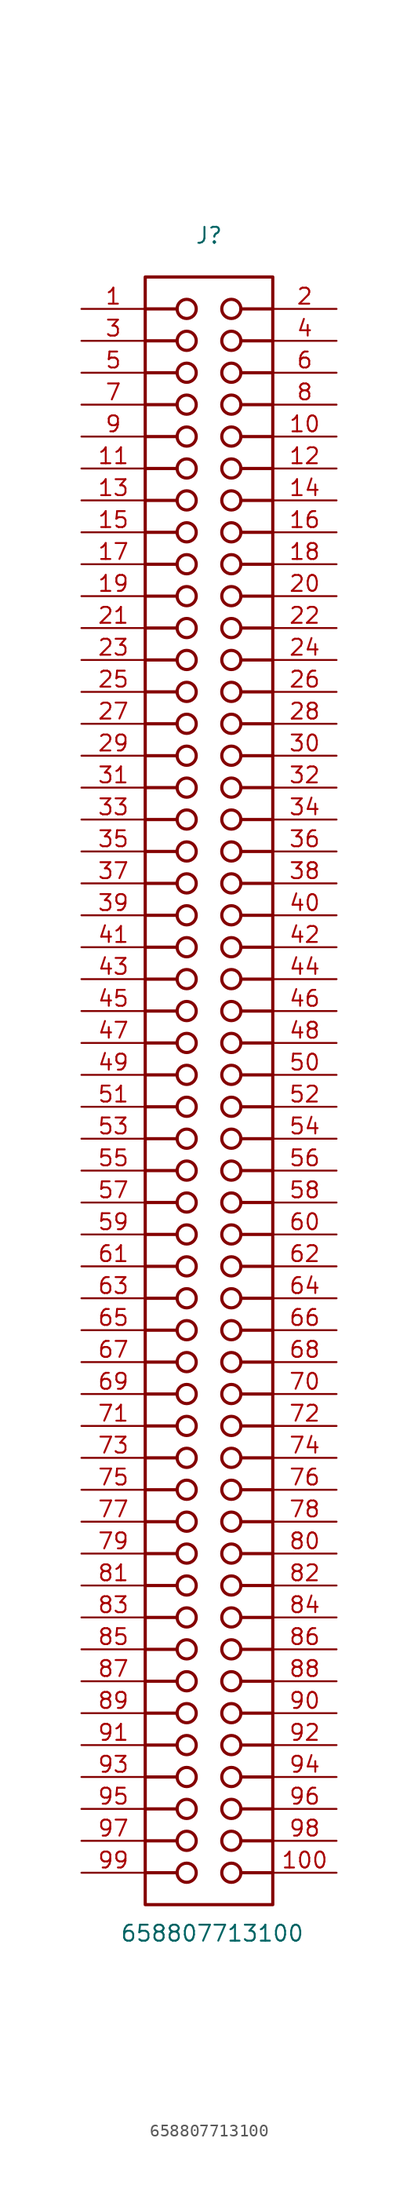
<source format=kicad_sym>
(kicad_symbol_lib
  (version 20241209)
  (generator "kicad_symbol_editor")
  (generator_version "9.0")
  (symbol "658807713100"
    (pin_names
      (hide yes))
    (property "Reference" "J"
      (at 0 66.802 0)
      (effects (font (size 1.27 1.27))))
    (property "Value" "658807713100"
      (at 0.254 -68.326 0)
      (effects (font (size 1.27 1.27))))
    (symbol "658807713100_1_1"
      (rectangle (start -5.08 63.5) (end 5.08 -66.04) (stroke (width 0.254) (type solid)) (fill (type none)))
      (polyline (pts (xy -5.08 60.96) (xy -2.54 60.96)) (stroke (width 0.254) (type solid)) (fill (type none)))
      (polyline (pts (xy -5.08 58.42) (xy -2.54 58.42)) (stroke (width 0.254) (type solid)) (fill (type none)))
      (polyline (pts (xy -5.08 55.88) (xy -2.54 55.88)) (stroke (width 0.254) (type solid)) (fill (type none)))
      (polyline (pts (xy -5.08 53.34) (xy -2.54 53.34)) (stroke (width 0.254) (type solid)) (fill (type none)))
      (polyline (pts (xy -5.08 50.8) (xy -2.54 50.8)) (stroke (width 0.254) (type solid)) (fill (type none)))
      (polyline (pts (xy -5.08 48.26) (xy -2.54 48.26)) (stroke (width 0.254) (type solid)) (fill (type none)))
      (polyline (pts (xy -5.08 45.72) (xy -2.54 45.72)) (stroke (width 0.254) (type solid)) (fill (type none)))
      (polyline (pts (xy -5.08 43.18) (xy -2.54 43.18)) (stroke (width 0.254) (type solid)) (fill (type none)))
      (polyline (pts (xy -5.08 40.64) (xy -2.54 40.64)) (stroke (width 0.254) (type solid)) (fill (type none)))
      (polyline (pts (xy -5.08 38.1) (xy -2.54 38.1)) (stroke (width 0.254) (type solid)) (fill (type none)))
      (polyline (pts (xy -5.08 35.56) (xy -2.54 35.56)) (stroke (width 0.254) (type solid)) (fill (type none)))
      (polyline (pts (xy -5.08 33.02) (xy -2.54 33.02)) (stroke (width 0.254) (type solid)) (fill (type none)))
      (polyline (pts (xy -5.08 30.48) (xy -2.54 30.48)) (stroke (width 0.254) (type solid)) (fill (type none)))
      (polyline (pts (xy -5.08 27.94) (xy -2.54 27.94)) (stroke (width 0.254) (type solid)) (fill (type none)))
      (polyline (pts (xy -5.08 25.4) (xy -2.54 25.4)) (stroke (width 0.254) (type solid)) (fill (type none)))
      (polyline (pts (xy -5.08 22.86) (xy -2.54 22.86)) (stroke (width 0.254) (type solid)) (fill (type none)))
      (polyline (pts (xy -5.08 20.32) (xy -2.54 20.32)) (stroke (width 0.254) (type solid)) (fill (type none)))
      (polyline (pts (xy -5.08 17.78) (xy -2.54 17.78)) (stroke (width 0.254) (type solid)) (fill (type none)))
      (polyline (pts (xy -5.08 15.24) (xy -2.54 15.24)) (stroke (width 0.254) (type solid)) (fill (type none)))
      (polyline (pts (xy -5.08 12.7) (xy -2.54 12.7)) (stroke (width 0.254) (type solid)) (fill (type none)))
      (polyline (pts (xy -5.08 10.16) (xy -2.54 10.16)) (stroke (width 0.254) (type solid)) (fill (type none)))
      (polyline (pts (xy -5.08 7.62) (xy -2.54 7.62)) (stroke (width 0.254) (type solid)) (fill (type none)))
      (polyline (pts (xy -5.08 5.08) (xy -2.54 5.08)) (stroke (width 0.254) (type solid)) (fill (type none)))
      (polyline (pts (xy -5.08 2.54) (xy -2.54 2.54)) (stroke (width 0.254) (type solid)) (fill (type none)))
      (polyline (pts (xy -5.08 0) (xy -2.54 0)) (stroke (width 0.254) (type solid)) (fill (type none)))
      (polyline (pts (xy -5.08 -2.54) (xy -2.54 -2.54)) (stroke (width 0.254) (type solid)) (fill (type none)))
      (polyline (pts (xy -5.08 -5.08) (xy -2.54 -5.08)) (stroke (width 0.254) (type solid)) (fill (type none)))
      (polyline (pts (xy -5.08 -7.62) (xy -2.54 -7.62)) (stroke (width 0.254) (type solid)) (fill (type none)))
      (polyline (pts (xy -5.08 -10.16) (xy -2.54 -10.16)) (stroke (width 0.254) (type solid)) (fill (type none)))
      (polyline (pts (xy -5.08 -12.7) (xy -2.54 -12.7)) (stroke (width 0.254) (type solid)) (fill (type none)))
      (polyline (pts (xy -5.08 -15.24) (xy -2.54 -15.24)) (stroke (width 0.254) (type solid)) (fill (type none)))
      (polyline (pts (xy -5.08 -17.78) (xy -2.54 -17.78)) (stroke (width 0.254) (type solid)) (fill (type none)))
      (polyline (pts (xy -5.08 -20.32) (xy -2.54 -20.32)) (stroke (width 0.254) (type solid)) (fill (type none)))
      (polyline (pts (xy -5.08 -22.86) (xy -2.54 -22.86)) (stroke (width 0.254) (type solid)) (fill (type none)))
      (polyline (pts (xy -5.08 -25.4) (xy -2.54 -25.4)) (stroke (width 0.254) (type solid)) (fill (type none)))
      (polyline (pts (xy -5.08 -27.94) (xy -2.54 -27.94)) (stroke (width 0.254) (type solid)) (fill (type none)))
      (polyline (pts (xy -5.08 -30.48) (xy -2.54 -30.48)) (stroke (width 0.254) (type solid)) (fill (type none)))
      (polyline (pts (xy -5.08 -33.02) (xy -2.54 -33.02)) (stroke (width 0.254) (type solid)) (fill (type none)))
      (polyline (pts (xy -5.08 -35.56) (xy -2.54 -35.56)) (stroke (width 0.254) (type solid)) (fill (type none)))
      (polyline (pts (xy -5.08 -38.1) (xy -2.54 -38.1)) (stroke (width 0.254) (type solid)) (fill (type none)))
      (polyline (pts (xy -5.08 -40.64) (xy -2.54 -40.64)) (stroke (width 0.254) (type solid)) (fill (type none)))
      (polyline (pts (xy -5.08 -43.18) (xy -2.54 -43.18)) (stroke (width 0.254) (type solid)) (fill (type none)))
      (polyline (pts (xy -5.08 -45.72) (xy -2.54 -45.72)) (stroke (width 0.254) (type solid)) (fill (type none)))
      (polyline (pts (xy -5.08 -48.26) (xy -2.54 -48.26)) (stroke (width 0.254) (type solid)) (fill (type none)))
      (polyline (pts (xy -5.08 -50.8) (xy -2.54 -50.8)) (stroke (width 0.254) (type solid)) (fill (type none)))
      (polyline (pts (xy -5.08 -53.34) (xy -2.54 -53.34)) (stroke (width 0.254) (type solid)) (fill (type none)))
      (polyline (pts (xy -5.08 -55.88) (xy -2.54 -55.88)) (stroke (width 0.254) (type solid)) (fill (type none)))
      (polyline (pts (xy -5.08 -58.42) (xy -2.54 -58.42)) (stroke (width 0.254) (type solid)) (fill (type none)))
      (polyline (pts (xy -5.08 -60.96) (xy -2.54 -60.96)) (stroke (width 0.254) (type solid)) (fill (type none)))
      (polyline (pts (xy -5.08 -63.5) (xy -2.54 -63.5)) (stroke (width 0.254) (type solid)) (fill (type none)))
      (circle (center -1.778 60.96) (radius 0.762) (stroke (width 0.254) (type solid)) (fill (type none)))
      (circle (center -1.778 58.42) (radius 0.762) (stroke (width 0.254) (type solid)) (fill (type none)))
      (circle (center -1.778 55.88) (radius 0.762) (stroke (width 0.254) (type solid)) (fill (type none)))
      (circle (center -1.778 53.34) (radius 0.762) (stroke (width 0.254) (type solid)) (fill (type none)))
      (circle (center -1.778 50.8) (radius 0.762) (stroke (width 0.254) (type solid)) (fill (type none)))
      (circle (center -1.778 48.26) (radius 0.762) (stroke (width 0.254) (type solid)) (fill (type none)))
      (circle (center -1.778 45.72) (radius 0.762) (stroke (width 0.254) (type solid)) (fill (type none)))
      (circle (center -1.778 43.18) (radius 0.762) (stroke (width 0.254) (type solid)) (fill (type none)))
      (circle (center -1.778 40.64) (radius 0.762) (stroke (width 0.254) (type solid)) (fill (type none)))
      (circle (center -1.778 38.1) (radius 0.762) (stroke (width 0.254) (type solid)) (fill (type none)))
      (circle (center -1.778 35.56) (radius 0.762) (stroke (width 0.254) (type solid)) (fill (type none)))
      (circle (center -1.778 33.02) (radius 0.762) (stroke (width 0.254) (type solid)) (fill (type none)))
      (circle (center -1.778 30.48) (radius 0.762) (stroke (width 0.254) (type solid)) (fill (type none)))
      (circle (center -1.778 27.94) (radius 0.762) (stroke (width 0.254) (type solid)) (fill (type none)))
      (circle (center -1.778 25.4) (radius 0.762) (stroke (width 0.254) (type solid)) (fill (type none)))
      (circle (center -1.778 22.86) (radius 0.762) (stroke (width 0.254) (type solid)) (fill (type none)))
      (circle (center -1.778 20.32) (radius 0.762) (stroke (width 0.254) (type solid)) (fill (type none)))
      (circle (center -1.778 17.78) (radius 0.762) (stroke (width 0.254) (type solid)) (fill (type none)))
      (circle (center -1.778 15.24) (radius 0.762) (stroke (width 0.254) (type solid)) (fill (type none)))
      (circle (center -1.778 12.7) (radius 0.762) (stroke (width 0.254) (type solid)) (fill (type none)))
      (circle (center -1.778 10.16) (radius 0.762) (stroke (width 0.254) (type solid)) (fill (type none)))
      (circle (center -1.778 7.62) (radius 0.762) (stroke (width 0.254) (type solid)) (fill (type none)))
      (circle (center -1.778 5.08) (radius 0.762) (stroke (width 0.254) (type solid)) (fill (type none)))
      (circle (center -1.778 2.54) (radius 0.762) (stroke (width 0.254) (type solid)) (fill (type none)))
      (circle (center -1.778 0) (radius 0.762) (stroke (width 0.254) (type solid)) (fill (type none)))
      (circle (center -1.778 -2.54) (radius 0.762) (stroke (width 0.254) (type solid)) (fill (type none)))
      (circle (center -1.778 -5.08) (radius 0.762) (stroke (width 0.254) (type solid)) (fill (type none)))
      (circle (center -1.778 -7.62) (radius 0.762) (stroke (width 0.254) (type solid)) (fill (type none)))
      (circle (center -1.778 -10.16) (radius 0.762) (stroke (width 0.254) (type solid)) (fill (type none)))
      (circle (center -1.778 -12.7) (radius 0.762) (stroke (width 0.254) (type solid)) (fill (type none)))
      (circle (center -1.778 -15.24) (radius 0.762) (stroke (width 0.254) (type solid)) (fill (type none)))
      (circle (center -1.778 -17.78) (radius 0.762) (stroke (width 0.254) (type solid)) (fill (type none)))
      (circle (center -1.778 -20.32) (radius 0.762) (stroke (width 0.254) (type solid)) (fill (type none)))
      (circle (center -1.778 -22.86) (radius 0.762) (stroke (width 0.254) (type solid)) (fill (type none)))
      (circle (center -1.778 -25.4) (radius 0.762) (stroke (width 0.254) (type solid)) (fill (type none)))
      (circle (center -1.778 -27.94) (radius 0.762) (stroke (width 0.254) (type solid)) (fill (type none)))
      (circle (center -1.778 -30.48) (radius 0.762) (stroke (width 0.254) (type solid)) (fill (type none)))
      (circle (center -1.778 -33.02) (radius 0.762) (stroke (width 0.254) (type solid)) (fill (type none)))
      (circle (center -1.778 -35.56) (radius 0.762) (stroke (width 0.254) (type solid)) (fill (type none)))
      (circle (center -1.778 -38.1) (radius 0.762) (stroke (width 0.254) (type solid)) (fill (type none)))
      (circle (center -1.778 -40.64) (radius 0.762) (stroke (width 0.254) (type solid)) (fill (type none)))
      (circle (center -1.778 -43.18) (radius 0.762) (stroke (width 0.254) (type solid)) (fill (type none)))
      (circle (center -1.778 -45.72) (radius 0.762) (stroke (width 0.254) (type solid)) (fill (type none)))
      (circle (center -1.778 -48.26) (radius 0.762) (stroke (width 0.254) (type solid)) (fill (type none)))
      (circle (center -1.778 -50.8) (radius 0.762) (stroke (width 0.254) (type solid)) (fill (type none)))
      (circle (center -1.778 -53.34) (radius 0.762) (stroke (width 0.254) (type solid)) (fill (type none)))
      (circle (center -1.778 -55.88) (radius 0.762) (stroke (width 0.254) (type solid)) (fill (type none)))
      (circle (center -1.778 -58.42) (radius 0.762) (stroke (width 0.254) (type solid)) (fill (type none)))
      (circle (center -1.778 -60.96) (radius 0.762) (stroke (width 0.254) (type solid)) (fill (type none)))
      (circle (center -1.778 -63.5) (radius 0.762) (stroke (width 0.254) (type solid)) (fill (type none)))
      (circle (center 1.778 60.96) (radius 0.762) (stroke (width 0.254) (type solid)) (fill (type none)))
      (circle (center 1.778 58.42) (radius 0.762) (stroke (width 0.254) (type solid)) (fill (type none)))
      (circle (center 1.778 55.88) (radius 0.762) (stroke (width 0.254) (type solid)) (fill (type none)))
      (circle (center 1.778 53.34) (radius 0.762) (stroke (width 0.254) (type solid)) (fill (type none)))
      (circle (center 1.778 50.8) (radius 0.762) (stroke (width 0.254) (type solid)) (fill (type none)))
      (circle (center 1.778 48.26) (radius 0.762) (stroke (width 0.254) (type solid)) (fill (type none)))
      (circle (center 1.778 45.72) (radius 0.762) (stroke (width 0.254) (type solid)) (fill (type none)))
      (circle (center 1.778 43.18) (radius 0.762) (stroke (width 0.254) (type solid)) (fill (type none)))
      (circle (center 1.778 40.64) (radius 0.762) (stroke (width 0.254) (type solid)) (fill (type none)))
      (circle (center 1.778 38.1) (radius 0.762) (stroke (width 0.254) (type solid)) (fill (type none)))
      (circle (center 1.778 35.56) (radius 0.762) (stroke (width 0.254) (type solid)) (fill (type none)))
      (circle (center 1.778 33.02) (radius 0.762) (stroke (width 0.254) (type solid)) (fill (type none)))
      (circle (center 1.778 30.48) (radius 0.762) (stroke (width 0.254) (type solid)) (fill (type none)))
      (circle (center 1.778 27.94) (radius 0.762) (stroke (width 0.254) (type solid)) (fill (type none)))
      (circle (center 1.778 25.4) (radius 0.762) (stroke (width 0.254) (type solid)) (fill (type none)))
      (circle (center 1.778 22.86) (radius 0.762) (stroke (width 0.254) (type solid)) (fill (type none)))
      (circle (center 1.778 20.32) (radius 0.762) (stroke (width 0.254) (type solid)) (fill (type none)))
      (circle (center 1.778 17.78) (radius 0.762) (stroke (width 0.254) (type solid)) (fill (type none)))
      (circle (center 1.778 15.24) (radius 0.762) (stroke (width 0.254) (type solid)) (fill (type none)))
      (circle (center 1.778 12.7) (radius 0.762) (stroke (width 0.254) (type solid)) (fill (type none)))
      (circle (center 1.778 10.16) (radius 0.762) (stroke (width 0.254) (type solid)) (fill (type none)))
      (circle (center 1.778 7.62) (radius 0.762) (stroke (width 0.254) (type solid)) (fill (type none)))
      (circle (center 1.778 5.08) (radius 0.762) (stroke (width 0.254) (type solid)) (fill (type none)))
      (circle (center 1.778 2.54) (radius 0.762) (stroke (width 0.254) (type solid)) (fill (type none)))
      (circle (center 1.778 0) (radius 0.762) (stroke (width 0.254) (type solid)) (fill (type none)))
      (circle (center 1.778 -2.54) (radius 0.762) (stroke (width 0.254) (type solid)) (fill (type none)))
      (circle (center 1.778 -5.08) (radius 0.762) (stroke (width 0.254) (type solid)) (fill (type none)))
      (circle (center 1.778 -7.62) (radius 0.762) (stroke (width 0.254) (type solid)) (fill (type none)))
      (circle (center 1.778 -10.16) (radius 0.762) (stroke (width 0.254) (type solid)) (fill (type none)))
      (circle (center 1.778 -12.7) (radius 0.762) (stroke (width 0.254) (type solid)) (fill (type none)))
      (circle (center 1.778 -15.24) (radius 0.762) (stroke (width 0.254) (type solid)) (fill (type none)))
      (circle (center 1.778 -17.78) (radius 0.762) (stroke (width 0.254) (type solid)) (fill (type none)))
      (circle (center 1.778 -20.32) (radius 0.762) (stroke (width 0.254) (type solid)) (fill (type none)))
      (circle (center 1.778 -22.86) (radius 0.762) (stroke (width 0.254) (type solid)) (fill (type none)))
      (circle (center 1.778 -25.4) (radius 0.762) (stroke (width 0.254) (type solid)) (fill (type none)))
      (circle (center 1.778 -27.94) (radius 0.762) (stroke (width 0.254) (type solid)) (fill (type none)))
      (circle (center 1.778 -30.48) (radius 0.762) (stroke (width 0.254) (type solid)) (fill (type none)))
      (circle (center 1.778 -33.02) (radius 0.762) (stroke (width 0.254) (type solid)) (fill (type none)))
      (circle (center 1.778 -35.56) (radius 0.762) (stroke (width 0.254) (type solid)) (fill (type none)))
      (circle (center 1.778 -38.1) (radius 0.762) (stroke (width 0.254) (type solid)) (fill (type none)))
      (circle (center 1.778 -40.64) (radius 0.762) (stroke (width 0.254) (type solid)) (fill (type none)))
      (circle (center 1.778 -43.18) (radius 0.762) (stroke (width 0.254) (type solid)) (fill (type none)))
      (circle (center 1.778 -45.72) (radius 0.762) (stroke (width 0.254) (type solid)) (fill (type none)))
      (circle (center 1.778 -48.26) (radius 0.762) (stroke (width 0.254) (type solid)) (fill (type none)))
      (circle (center 1.778 -50.8) (radius 0.762) (stroke (width 0.254) (type solid)) (fill (type none)))
      (circle (center 1.778 -53.34) (radius 0.762) (stroke (width 0.254) (type solid)) (fill (type none)))
      (circle (center 1.778 -55.88) (radius 0.762) (stroke (width 0.254) (type solid)) (fill (type none)))
      (circle (center 1.778 -58.42) (radius 0.762) (stroke (width 0.254) (type solid)) (fill (type none)))
      (circle (center 1.778 -60.96) (radius 0.762) (stroke (width 0.254) (type solid)) (fill (type none)))
      (circle (center 1.778 -63.5) (radius 0.762) (stroke (width 0.254) (type solid)) (fill (type none)))
      (polyline (pts (xy 5.08 60.96) (xy 2.54 60.96)) (stroke (width 0.254) (type solid)) (fill (type none)))
      (polyline (pts (xy 5.08 58.42) (xy 2.54 58.42)) (stroke (width 0.254) (type solid)) (fill (type none)))
      (polyline (pts (xy 5.08 55.88) (xy 2.54 55.88)) (stroke (width 0.254) (type solid)) (fill (type none)))
      (polyline (pts (xy 5.08 53.34) (xy 2.54 53.34)) (stroke (width 0.254) (type solid)) (fill (type none)))
      (polyline (pts (xy 5.08 50.8) (xy 2.54 50.8)) (stroke (width 0.254) (type solid)) (fill (type none)))
      (polyline (pts (xy 5.08 48.26) (xy 2.54 48.26)) (stroke (width 0.254) (type solid)) (fill (type none)))
      (polyline (pts (xy 5.08 45.72) (xy 2.54 45.72)) (stroke (width 0.254) (type solid)) (fill (type none)))
      (polyline (pts (xy 5.08 43.18) (xy 2.54 43.18)) (stroke (width 0.254) (type solid)) (fill (type none)))
      (polyline (pts (xy 5.08 40.64) (xy 2.54 40.64)) (stroke (width 0.254) (type solid)) (fill (type none)))
      (polyline (pts (xy 5.08 38.1) (xy 2.54 38.1)) (stroke (width 0.254) (type solid)) (fill (type none)))
      (polyline (pts (xy 5.08 35.56) (xy 2.54 35.56)) (stroke (width 0.254) (type solid)) (fill (type none)))
      (polyline (pts (xy 5.08 33.02) (xy 2.54 33.02)) (stroke (width 0.254) (type solid)) (fill (type none)))
      (polyline (pts (xy 5.08 30.48) (xy 2.54 30.48)) (stroke (width 0.254) (type solid)) (fill (type none)))
      (polyline (pts (xy 5.08 27.94) (xy 2.54 27.94)) (stroke (width 0.254) (type solid)) (fill (type none)))
      (polyline (pts (xy 5.08 25.4) (xy 2.54 25.4)) (stroke (width 0.254) (type solid)) (fill (type none)))
      (polyline (pts (xy 5.08 22.86) (xy 2.54 22.86)) (stroke (width 0.254) (type solid)) (fill (type none)))
      (polyline (pts (xy 5.08 20.32) (xy 2.54 20.32)) (stroke (width 0.254) (type solid)) (fill (type none)))
      (polyline (pts (xy 5.08 17.78) (xy 2.54 17.78)) (stroke (width 0.254) (type solid)) (fill (type none)))
      (polyline (pts (xy 5.08 15.24) (xy 2.54 15.24)) (stroke (width 0.254) (type solid)) (fill (type none)))
      (polyline (pts (xy 5.08 12.7) (xy 2.54 12.7)) (stroke (width 0.254) (type solid)) (fill (type none)))
      (polyline (pts (xy 5.08 10.16) (xy 2.54 10.16)) (stroke (width 0.254) (type solid)) (fill (type none)))
      (polyline (pts (xy 5.08 7.62) (xy 2.54 7.62)) (stroke (width 0.254) (type solid)) (fill (type none)))
      (polyline (pts (xy 5.08 5.08) (xy 2.54 5.08)) (stroke (width 0.254) (type solid)) (fill (type none)))
      (polyline (pts (xy 5.08 2.54) (xy 2.54 2.54)) (stroke (width 0.254) (type solid)) (fill (type none)))
      (polyline (pts (xy 5.08 0) (xy 2.54 0)) (stroke (width 0.254) (type solid)) (fill (type none)))
      (polyline (pts (xy 5.08 -2.54) (xy 2.54 -2.54)) (stroke (width 0.254) (type solid)) (fill (type none)))
      (polyline (pts (xy 5.08 -5.08) (xy 2.54 -5.08)) (stroke (width 0.254) (type solid)) (fill (type none)))
      (polyline (pts (xy 5.08 -7.62) (xy 2.54 -7.62)) (stroke (width 0.254) (type solid)) (fill (type none)))
      (polyline (pts (xy 5.08 -10.16) (xy 2.54 -10.16)) (stroke (width 0.254) (type solid)) (fill (type none)))
      (polyline (pts (xy 5.08 -12.7) (xy 2.54 -12.7)) (stroke (width 0.254) (type solid)) (fill (type none)))
      (polyline (pts (xy 5.08 -15.24) (xy 2.54 -15.24)) (stroke (width 0.254) (type solid)) (fill (type none)))
      (polyline (pts (xy 5.08 -17.78) (xy 2.54 -17.78)) (stroke (width 0.254) (type solid)) (fill (type none)))
      (polyline (pts (xy 5.08 -20.32) (xy 2.54 -20.32)) (stroke (width 0.254) (type solid)) (fill (type none)))
      (polyline (pts (xy 5.08 -22.86) (xy 2.54 -22.86)) (stroke (width 0.254) (type solid)) (fill (type none)))
      (polyline (pts (xy 5.08 -25.4) (xy 2.54 -25.4)) (stroke (width 0.254) (type solid)) (fill (type none)))
      (polyline (pts (xy 5.08 -27.94) (xy 2.54 -27.94)) (stroke (width 0.254) (type solid)) (fill (type none)))
      (polyline (pts (xy 5.08 -30.48) (xy 2.54 -30.48)) (stroke (width 0.254) (type solid)) (fill (type none)))
      (polyline (pts (xy 5.08 -33.02) (xy 2.54 -33.02)) (stroke (width 0.254) (type solid)) (fill (type none)))
      (polyline (pts (xy 5.08 -35.56) (xy 2.54 -35.56)) (stroke (width 0.254) (type solid)) (fill (type none)))
      (polyline (pts (xy 5.08 -38.1) (xy 2.54 -38.1)) (stroke (width 0.254) (type solid)) (fill (type none)))
      (polyline (pts (xy 5.08 -40.64) (xy 2.54 -40.64)) (stroke (width 0.254) (type solid)) (fill (type none)))
      (polyline (pts (xy 5.08 -43.18) (xy 2.54 -43.18)) (stroke (width 0.254) (type solid)) (fill (type none)))
      (polyline (pts (xy 5.08 -45.72) (xy 2.54 -45.72)) (stroke (width 0.254) (type solid)) (fill (type none)))
      (polyline (pts (xy 5.08 -48.26) (xy 2.54 -48.26)) (stroke (width 0.254) (type solid)) (fill (type none)))
      (polyline (pts (xy 5.08 -50.8) (xy 2.54 -50.8)) (stroke (width 0.254) (type solid)) (fill (type none)))
      (polyline (pts (xy 5.08 -53.34) (xy 2.54 -53.34)) (stroke (width 0.254) (type solid)) (fill (type none)))
      (polyline (pts (xy 5.08 -55.88) (xy 2.54 -55.88)) (stroke (width 0.254) (type solid)) (fill (type none)))
      (polyline (pts (xy 5.08 -58.42) (xy 2.54 -58.42)) (stroke (width 0.254) (type solid)) (fill (type none)))
      (polyline (pts (xy 5.08 -60.96) (xy 2.54 -60.96)) (stroke (width 0.254) (type solid)) (fill (type none)))
      (polyline (pts (xy 5.08 -63.5) (xy 2.54 -63.5)) (stroke (width 0.254) (type solid)) (fill (type none)))
      (pin passive line (at -10.16 60.96 0) (length 5.08) (name "1" (effects (font (size 1.27 1.27)))) (number "1" (effects (font (size 1.27 1.27)))))
      (pin passive line (at -10.16 58.42 0) (length 5.08) (name "3" (effects (font (size 1.27 1.27)))) (number "3" (effects (font (size 1.27 1.27)))))
      (pin passive line (at -10.16 55.88 0) (length 5.08) (name "5" (effects (font (size 1.27 1.27)))) (number "5" (effects (font (size 1.27 1.27)))))
      (pin passive line (at -10.16 53.34 0) (length 5.08) (name "7" (effects (font (size 1.27 1.27)))) (number "7" (effects (font (size 1.27 1.27)))))
      (pin passive line (at -10.16 50.8 0) (length 5.08) (name "9" (effects (font (size 1.27 1.27)))) (number "9" (effects (font (size 1.27 1.27)))))
      (pin passive line (at -10.16 48.26 0) (length 5.08) (name "11" (effects (font (size 1.27 1.27)))) (number "11" (effects (font (size 1.27 1.27)))))
      (pin passive line (at -10.16 45.72 0) (length 5.08) (name "13" (effects (font (size 1.27 1.27)))) (number "13" (effects (font (size 1.27 1.27)))))
      (pin passive line (at -10.16 43.18 0) (length 5.08) (name "15" (effects (font (size 1.27 1.27)))) (number "15" (effects (font (size 1.27 1.27)))))
      (pin passive line (at -10.16 40.64 0) (length 5.08) (name "17" (effects (font (size 1.27 1.27)))) (number "17" (effects (font (size 1.27 1.27)))))
      (pin passive line (at -10.16 38.1 0) (length 5.08) (name "19" (effects (font (size 1.27 1.27)))) (number "19" (effects (font (size 1.27 1.27)))))
      (pin passive line (at -10.16 35.56 0) (length 5.08) (name "21" (effects (font (size 1.27 1.27)))) (number "21" (effects (font (size 1.27 1.27)))))
      (pin passive line (at -10.16 33.02 0) (length 5.08) (name "23" (effects (font (size 1.27 1.27)))) (number "23" (effects (font (size 1.27 1.27)))))
      (pin passive line (at -10.16 30.48 0) (length 5.08) (name "25" (effects (font (size 1.27 1.27)))) (number "25" (effects (font (size 1.27 1.27)))))
      (pin passive line (at -10.16 27.94 0) (length 5.08) (name "27" (effects (font (size 1.27 1.27)))) (number "27" (effects (font (size 1.27 1.27)))))
      (pin passive line (at -10.16 25.4 0) (length 5.08) (name "29" (effects (font (size 1.27 1.27)))) (number "29" (effects (font (size 1.27 1.27)))))
      (pin passive line (at -10.16 22.86 0) (length 5.08) (name "31" (effects (font (size 1.27 1.27)))) (number "31" (effects (font (size 1.27 1.27)))))
      (pin passive line (at -10.16 20.32 0) (length 5.08) (name "33" (effects (font (size 1.27 1.27)))) (number "33" (effects (font (size 1.27 1.27)))))
      (pin passive line (at -10.16 17.78 0) (length 5.08) (name "35" (effects (font (size 1.27 1.27)))) (number "35" (effects (font (size 1.27 1.27)))))
      (pin passive line (at -10.16 15.24 0) (length 5.08) (name "37" (effects (font (size 1.27 1.27)))) (number "37" (effects (font (size 1.27 1.27)))))
      (pin passive line (at -10.16 12.7 0) (length 5.08) (name "39" (effects (font (size 1.27 1.27)))) (number "39" (effects (font (size 1.27 1.27)))))
      (pin passive line (at -10.16 10.16 0) (length 5.08) (name "41" (effects (font (size 1.27 1.27)))) (number "41" (effects (font (size 1.27 1.27)))))
      (pin passive line (at -10.16 7.62 0) (length 5.08) (name "43" (effects (font (size 1.27 1.27)))) (number "43" (effects (font (size 1.27 1.27)))))
      (pin passive line (at -10.16 5.08 0) (length 5.08) (name "45" (effects (font (size 1.27 1.27)))) (number "45" (effects (font (size 1.27 1.27)))))
      (pin passive line (at -10.16 2.54 0) (length 5.08) (name "47" (effects (font (size 1.27 1.27)))) (number "47" (effects (font (size 1.27 1.27)))))
      (pin passive line (at -10.16 0 0) (length 5.08) (name "49" (effects (font (size 1.27 1.27)))) (number "49" (effects (font (size 1.27 1.27)))))
      (pin passive line (at -10.16 -2.54 0) (length 5.08) (name "51" (effects (font (size 1.27 1.27)))) (number "51" (effects (font (size 1.27 1.27)))))
      (pin passive line (at -10.16 -5.08 0) (length 5.08) (name "53" (effects (font (size 1.27 1.27)))) (number "53" (effects (font (size 1.27 1.27)))))
      (pin passive line (at -10.16 -7.62 0) (length 5.08) (name "55" (effects (font (size 1.27 1.27)))) (number "55" (effects (font (size 1.27 1.27)))))
      (pin passive line (at -10.16 -10.16 0) (length 5.08) (name "57" (effects (font (size 1.27 1.27)))) (number "57" (effects (font (size 1.27 1.27)))))
      (pin passive line (at -10.16 -12.7 0) (length 5.08) (name "59" (effects (font (size 1.27 1.27)))) (number "59" (effects (font (size 1.27 1.27)))))
      (pin passive line (at -10.16 -15.24 0) (length 5.08) (name "61" (effects (font (size 1.27 1.27)))) (number "61" (effects (font (size 1.27 1.27)))))
      (pin passive line (at -10.16 -17.78 0) (length 5.08) (name "63" (effects (font (size 1.27 1.27)))) (number "63" (effects (font (size 1.27 1.27)))))
      (pin passive line (at -10.16 -20.32 0) (length 5.08) (name "65" (effects (font (size 1.27 1.27)))) (number "65" (effects (font (size 1.27 1.27)))))
      (pin passive line (at -10.16 -22.86 0) (length 5.08) (name "67" (effects (font (size 1.27 1.27)))) (number "67" (effects (font (size 1.27 1.27)))))
      (pin passive line (at -10.16 -25.4 0) (length 5.08) (name "69" (effects (font (size 1.27 1.27)))) (number "69" (effects (font (size 1.27 1.27)))))
      (pin passive line (at -10.16 -27.94 0) (length 5.08) (name "71" (effects (font (size 1.27 1.27)))) (number "71" (effects (font (size 1.27 1.27)))))
      (pin passive line (at -10.16 -30.48 0) (length 5.08) (name "73" (effects (font (size 1.27 1.27)))) (number "73" (effects (font (size 1.27 1.27)))))
      (pin passive line (at -10.16 -33.02 0) (length 5.08) (name "75" (effects (font (size 1.27 1.27)))) (number "75" (effects (font (size 1.27 1.27)))))
      (pin passive line (at -10.16 -35.56 0) (length 5.08) (name "77" (effects (font (size 1.27 1.27)))) (number "77" (effects (font (size 1.27 1.27)))))
      (pin passive line (at -10.16 -38.1 0) (length 5.08) (name "79" (effects (font (size 1.27 1.27)))) (number "79" (effects (font (size 1.27 1.27)))))
      (pin passive line (at -10.16 -40.64 0) (length 5.08) (name "81" (effects (font (size 1.27 1.27)))) (number "81" (effects (font (size 1.27 1.27)))))
      (pin passive line (at -10.16 -43.18 0) (length 5.08) (name "83" (effects (font (size 1.27 1.27)))) (number "83" (effects (font (size 1.27 1.27)))))
      (pin passive line (at -10.16 -45.72 0) (length 5.08) (name "85" (effects (font (size 1.27 1.27)))) (number "85" (effects (font (size 1.27 1.27)))))
      (pin passive line (at -10.16 -48.26 0) (length 5.08) (name "87" (effects (font (size 1.27 1.27)))) (number "87" (effects (font (size 1.27 1.27)))))
      (pin passive line (at -10.16 -50.8 0) (length 5.08) (name "89" (effects (font (size 1.27 1.27)))) (number "89" (effects (font (size 1.27 1.27)))))
      (pin passive line (at -10.16 -53.34 0) (length 5.08) (name "91" (effects (font (size 1.27 1.27)))) (number "91" (effects (font (size 1.27 1.27)))))
      (pin passive line (at -10.16 -55.88 0) (length 5.08) (name "93" (effects (font (size 1.27 1.27)))) (number "93" (effects (font (size 1.27 1.27)))))
      (pin passive line (at -10.16 -58.42 0) (length 5.08) (name "95" (effects (font (size 1.27 1.27)))) (number "95" (effects (font (size 1.27 1.27)))))
      (pin passive line (at -10.16 -60.96 0) (length 5.08) (name "97" (effects (font (size 1.27 1.27)))) (number "97" (effects (font (size 1.27 1.27)))))
      (pin passive line (at -10.16 -63.5 0) (length 5.08) (name "99" (effects (font (size 1.27 1.27)))) (number "99" (effects (font (size 1.27 1.27)))))
      (pin passive line (at 10.16 60.96 180) (length 5.08) (name "2" (effects (font (size 1.27 1.27)))) (number "2" (effects (font (size 1.27 1.27)))))
      (pin passive line (at 10.16 58.42 180) (length 5.08) (name "4" (effects (font (size 1.27 1.27)))) (number "4" (effects (font (size 1.27 1.27)))))
      (pin passive line (at 10.16 55.88 180) (length 5.08) (name "6" (effects (font (size 1.27 1.27)))) (number "6" (effects (font (size 1.27 1.27)))))
      (pin passive line (at 10.16 53.34 180) (length 5.08) (name "8" (effects (font (size 1.27 1.27)))) (number "8" (effects (font (size 1.27 1.27)))))
      (pin passive line (at 10.16 50.8 180) (length 5.08) (name "10" (effects (font (size 1.27 1.27)))) (number "10" (effects (font (size 1.27 1.27)))))
      (pin passive line (at 10.16 48.26 180) (length 5.08) (name "12" (effects (font (size 1.27 1.27)))) (number "12" (effects (font (size 1.27 1.27)))))
      (pin passive line (at 10.16 45.72 180) (length 5.08) (name "14" (effects (font (size 1.27 1.27)))) (number "14" (effects (font (size 1.27 1.27)))))
      (pin passive line (at 10.16 43.18 180) (length 5.08) (name "16" (effects (font (size 1.27 1.27)))) (number "16" (effects (font (size 1.27 1.27)))))
      (pin passive line (at 10.16 40.64 180) (length 5.08) (name "18" (effects (font (size 1.27 1.27)))) (number "18" (effects (font (size 1.27 1.27)))))
      (pin passive line (at 10.16 38.1 180) (length 5.08) (name "20" (effects (font (size 1.27 1.27)))) (number "20" (effects (font (size 1.27 1.27)))))
      (pin passive line (at 10.16 35.56 180) (length 5.08) (name "22" (effects (font (size 1.27 1.27)))) (number "22" (effects (font (size 1.27 1.27)))))
      (pin passive line (at 10.16 33.02 180) (length 5.08) (name "24" (effects (font (size 1.27 1.27)))) (number "24" (effects (font (size 1.27 1.27)))))
      (pin passive line (at 10.16 30.48 180) (length 5.08) (name "1" (effects (font (size 1.27 1.27)))) (number "26" (effects (font (size 1.27 1.27)))))
      (pin passive line (at 10.16 27.94 180) (length 5.08) (name "28" (effects (font (size 1.27 1.27)))) (number "28" (effects (font (size 1.27 1.27)))))
      (pin passive line (at 10.16 25.4 180) (length 5.08) (name "30" (effects (font (size 1.27 1.27)))) (number "30" (effects (font (size 1.27 1.27)))))
      (pin passive line (at 10.16 22.86 180) (length 5.08) (name "32" (effects (font (size 1.27 1.27)))) (number "32" (effects (font (size 1.27 1.27)))))
      (pin passive line (at 10.16 20.32 180) (length 5.08) (name "34" (effects (font (size 1.27 1.27)))) (number "34" (effects (font (size 1.27 1.27)))))
      (pin passive line (at 10.16 17.78 180) (length 5.08) (name "36" (effects (font (size 1.27 1.27)))) (number "36" (effects (font (size 1.27 1.27)))))
      (pin passive line (at 10.16 15.24 180) (length 5.08) (name "38" (effects (font (size 1.27 1.27)))) (number "38" (effects (font (size 1.27 1.27)))))
      (pin passive line (at 10.16 12.7 180) (length 5.08) (name "40" (effects (font (size 1.27 1.27)))) (number "40" (effects (font (size 1.27 1.27)))))
      (pin passive line (at 10.16 10.16 180) (length 5.08) (name "42" (effects (font (size 1.27 1.27)))) (number "42" (effects (font (size 1.27 1.27)))))
      (pin passive line (at 10.16 7.62 180) (length 5.08) (name "44" (effects (font (size 1.27 1.27)))) (number "44" (effects (font (size 1.27 1.27)))))
      (pin passive line (at 10.16 5.08 180) (length 5.08) (name "46" (effects (font (size 1.27 1.27)))) (number "46" (effects (font (size 1.27 1.27)))))
      (pin passive line (at 10.16 2.54 180) (length 5.08) (name "48" (effects (font (size 1.27 1.27)))) (number "48" (effects (font (size 1.27 1.27)))))
      (pin passive line (at 10.16 0 180) (length 5.08) (name "50" (effects (font (size 1.27 1.27)))) (number "50" (effects (font (size 1.27 1.27)))))
      (pin passive line (at 10.16 -2.54 180) (length 5.08) (name "52" (effects (font (size 1.27 1.27)))) (number "52" (effects (font (size 1.27 1.27)))))
      (pin passive line (at 10.16 -5.08 180) (length 5.08) (name "54" (effects (font (size 1.27 1.27)))) (number "54" (effects (font (size 1.27 1.27)))))
      (pin passive line (at 10.16 -7.62 180) (length 5.08) (name "56" (effects (font (size 1.27 1.27)))) (number "56" (effects (font (size 1.27 1.27)))))
      (pin passive line (at 10.16 -10.16 180) (length 5.08) (name "58" (effects (font (size 1.27 1.27)))) (number "58" (effects (font (size 1.27 1.27)))))
      (pin passive line (at 10.16 -12.7 180) (length 5.08) (name "60" (effects (font (size 1.27 1.27)))) (number "60" (effects (font (size 1.27 1.27)))))
      (pin passive line (at 10.16 -15.24 180) (length 5.08) (name "62" (effects (font (size 1.27 1.27)))) (number "62" (effects (font (size 1.27 1.27)))))
      (pin passive line (at 10.16 -17.78 180) (length 5.08) (name "64" (effects (font (size 1.27 1.27)))) (number "64" (effects (font (size 1.27 1.27)))))
      (pin passive line (at 10.16 -20.32 180) (length 5.08) (name "66" (effects (font (size 1.27 1.27)))) (number "66" (effects (font (size 1.27 1.27)))))
      (pin passive line (at 10.16 -22.86 180) (length 5.08) (name "68" (effects (font (size 1.27 1.27)))) (number "68" (effects (font (size 1.27 1.27)))))
      (pin passive line (at 10.16 -25.4 180) (length 5.08) (name "70" (effects (font (size 1.27 1.27)))) (number "70" (effects (font (size 1.27 1.27)))))
      (pin passive line (at 10.16 -27.94 180) (length 5.08) (name "72" (effects (font (size 1.27 1.27)))) (number "72" (effects (font (size 1.27 1.27)))))
      (pin passive line (at 10.16 -30.48 180) (length 5.08) (name "74" (effects (font (size 1.27 1.27)))) (number "74" (effects (font (size 1.27 1.27)))))
      (pin passive line (at 10.16 -33.02 180) (length 5.08) (name "76" (effects (font (size 1.27 1.27)))) (number "76" (effects (font (size 1.27 1.27)))))
      (pin passive line (at 10.16 -35.56 180) (length 5.08) (name "78" (effects (font (size 1.27 1.27)))) (number "78" (effects (font (size 1.27 1.27)))))
      (pin passive line (at 10.16 -38.1 180) (length 5.08) (name "80" (effects (font (size 1.27 1.27)))) (number "80" (effects (font (size 1.27 1.27)))))
      (pin passive line (at 10.16 -40.64 180) (length 5.08) (name "82" (effects (font (size 1.27 1.27)))) (number "82" (effects (font (size 1.27 1.27)))))
      (pin passive line (at 10.16 -43.18 180) (length 5.08) (name "84" (effects (font (size 1.27 1.27)))) (number "84" (effects (font (size 1.27 1.27)))))
      (pin passive line (at 10.16 -45.72 180) (length 5.08) (name "86" (effects (font (size 1.27 1.27)))) (number "86" (effects (font (size 1.27 1.27)))))
      (pin passive line (at 10.16 -48.26 180) (length 5.08) (name "88" (effects (font (size 1.27 1.27)))) (number "88" (effects (font (size 1.27 1.27)))))
      (pin passive line (at 10.16 -50.8 180) (length 5.08) (name "90" (effects (font (size 1.27 1.27)))) (number "90" (effects (font (size 1.27 1.27)))))
      (pin passive line (at 10.16 -53.34 180) (length 5.08) (name "92" (effects (font (size 1.27 1.27)))) (number "92" (effects (font (size 1.27 1.27)))))
      (pin passive line (at 10.16 -55.88 180) (length 5.08) (name "94" (effects (font (size 1.27 1.27)))) (number "94" (effects (font (size 1.27 1.27)))))
      (pin passive line (at 10.16 -58.42 180) (length 5.08) (name "96" (effects (font (size 1.27 1.27)))) (number "96" (effects (font (size 1.27 1.27)))))
      (pin passive line (at 10.16 -60.96 180) (length 5.08) (name "98" (effects (font (size 1.27 1.27)))) (number "98" (effects (font (size 1.27 1.27)))))
      (pin passive line (at 10.16 -63.5 180) (length 5.08) (name "100" (effects (font (size 1.27 1.27)))) (number "100" (effects (font (size 1.27 1.27))))))))
</source>
